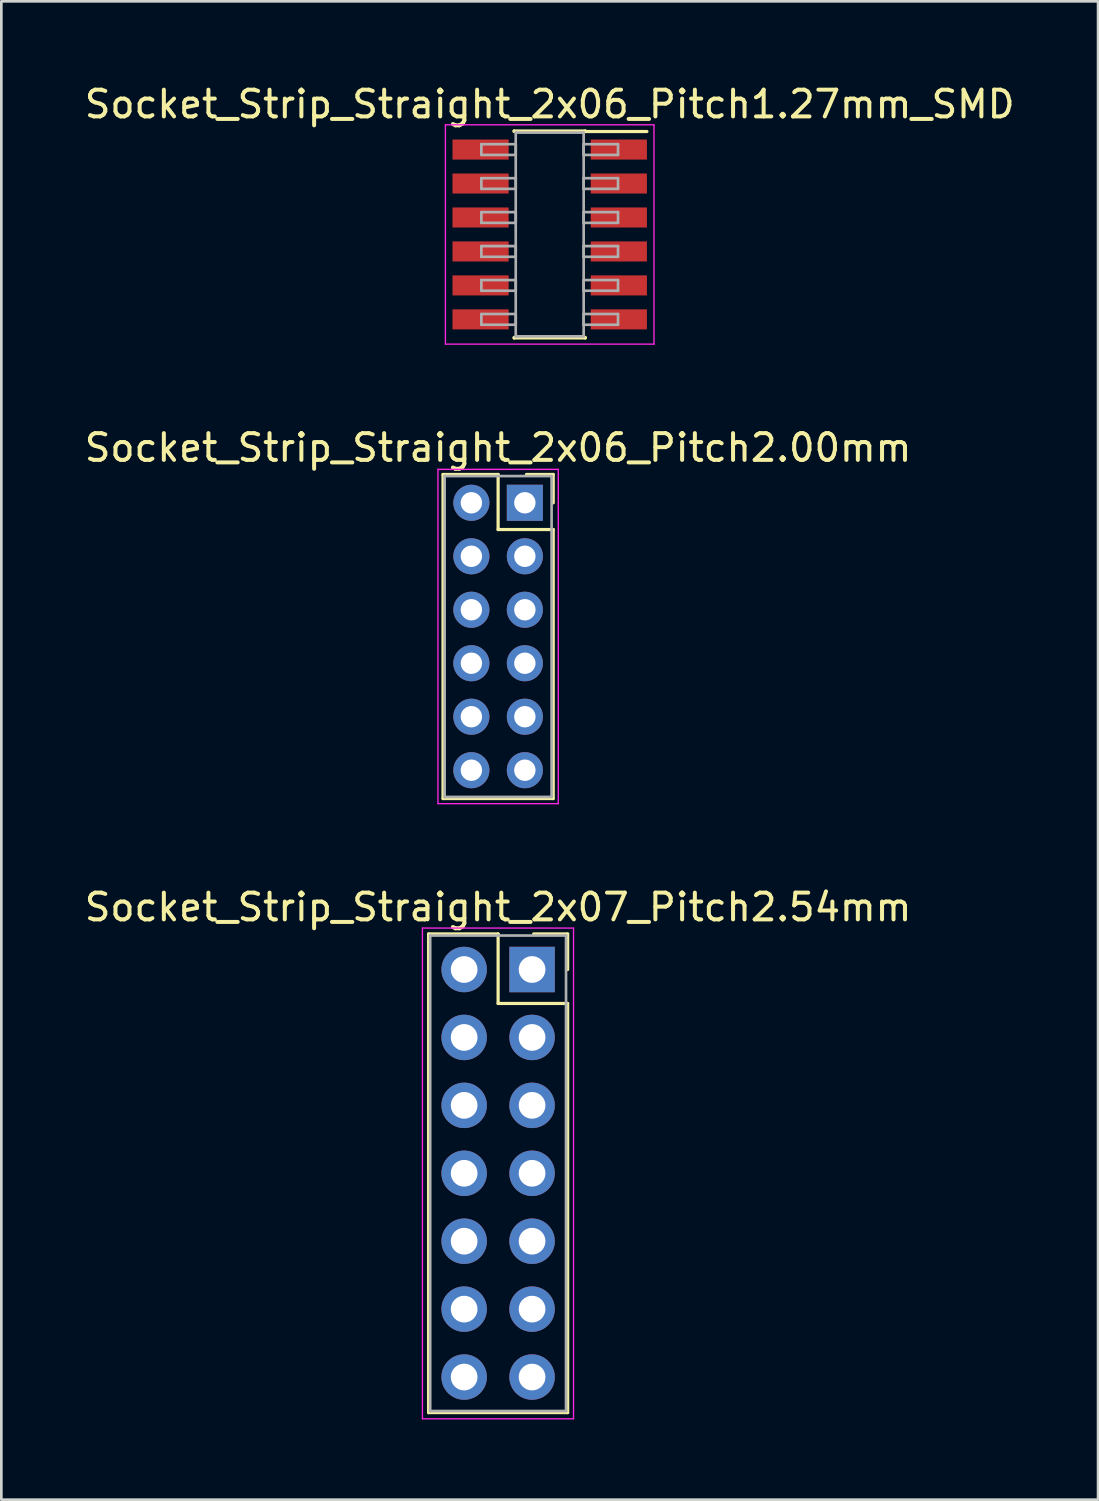
<source format=kicad_pcb>
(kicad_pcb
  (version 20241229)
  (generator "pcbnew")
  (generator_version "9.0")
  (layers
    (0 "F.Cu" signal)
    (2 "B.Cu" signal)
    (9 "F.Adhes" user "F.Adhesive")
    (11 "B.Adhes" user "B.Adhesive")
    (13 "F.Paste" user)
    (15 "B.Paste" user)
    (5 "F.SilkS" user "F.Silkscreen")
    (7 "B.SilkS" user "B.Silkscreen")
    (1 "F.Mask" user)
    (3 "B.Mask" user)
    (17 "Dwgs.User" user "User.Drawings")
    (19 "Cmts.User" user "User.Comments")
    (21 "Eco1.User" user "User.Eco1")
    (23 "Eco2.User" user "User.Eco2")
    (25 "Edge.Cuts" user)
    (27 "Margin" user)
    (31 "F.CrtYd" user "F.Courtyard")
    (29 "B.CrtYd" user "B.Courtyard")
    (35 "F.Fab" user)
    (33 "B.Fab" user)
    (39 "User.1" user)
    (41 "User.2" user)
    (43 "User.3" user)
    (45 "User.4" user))
  (footprint "Socket_Strip_Straight_2x06_Pitch1.27mm_SMD"
    (layer "F.Cu")
    (at 17.506 5.718)
    (property "Reference" "Socket_Strip_Straight_2x06_Pitch1.27mm_SMD" (at 0 -4.87 0) (layer "F.SilkS") (effects (font (size 1 1) (thickness 0.15))))
    (attr smd)
    (fp_line (start -1.33 -3.87) (end 1.33 -3.87) (stroke (width 0.12) (type solid)) (layer "F.SilkS"))
    (fp_line (start -1.33 -3.85) (end -1.33 -3.87) (stroke (width 0.12) (type solid)) (layer "F.SilkS"))
    (fp_line (start -1.33 3.85) (end -1.33 3.87) (stroke (width 0.12) (type solid)) (layer "F.SilkS"))
    (fp_line (start -1.33 3.87) (end 1.33 3.87) (stroke (width 0.12) (type solid)) (layer "F.SilkS"))
    (fp_line (start 1.33 -3.87) (end 1.33 -3.85) (stroke (width 0.12) (type solid)) (layer "F.SilkS"))
    (fp_line (start 1.33 3.87) (end 1.33 3.85) (stroke (width 0.12) (type solid)) (layer "F.SilkS"))
    (fp_line (start 3.635 -3.85) (end 1.33 -3.85) (stroke (width 0.12) (type solid)) (layer "F.SilkS"))
    (fp_line (start -3.9 -4.1) (end -3.9 4.1) (stroke (width 0.05) (type solid)) (layer "F.CrtYd"))
    (fp_line (start -3.9 4.1) (end 3.9 4.1) (stroke (width 0.05) (type solid)) (layer "F.CrtYd"))
    (fp_line (start 3.9 -4.1) (end -3.9 -4.1) (stroke (width 0.05) (type solid)) (layer "F.CrtYd"))
    (fp_line (start 3.9 4.1) (end 3.9 -4.1) (stroke (width 0.05) (type solid)) (layer "F.CrtYd"))
    (fp_line (start -2.555 -3.375) (end -1.27 -3.375) (stroke (width 0.1) (type solid)) (layer "F.Fab"))
    (fp_line (start -2.555 -2.975) (end -2.555 -3.375) (stroke (width 0.1) (type solid)) (layer "F.Fab"))
    (fp_line (start -2.555 -2.105) (end -1.27 -2.105) (stroke (width 0.1) (type solid)) (layer "F.Fab"))
    (fp_line (start -2.555 -1.705) (end -2.555 -2.105) (stroke (width 0.1) (type solid)) (layer "F.Fab"))
    (fp_line (start -2.555 -0.835) (end -1.27 -0.835) (stroke (width 0.1) (type solid)) (layer "F.Fab"))
    (fp_line (start -2.555 -0.435) (end -2.555 -0.835) (stroke (width 0.1) (type solid)) (layer "F.Fab"))
    (fp_line (start -2.555 0.435) (end -1.27 0.435) (stroke (width 0.1) (type solid)) (layer "F.Fab"))
    (fp_line (start -2.555 0.835) (end -2.555 0.435) (stroke (width 0.1) (type solid)) (layer "F.Fab"))
    (fp_line (start -2.555 1.705) (end -1.27 1.705) (stroke (width 0.1) (type solid)) (layer "F.Fab"))
    (fp_line (start -2.555 2.105) (end -2.555 1.705) (stroke (width 0.1) (type solid)) (layer "F.Fab"))
    (fp_line (start -2.555 2.975) (end -1.27 2.975) (stroke (width 0.1) (type solid)) (layer "F.Fab"))
    (fp_line (start -2.555 3.375) (end -2.555 2.975) (stroke (width 0.1) (type solid)) (layer "F.Fab"))
    (fp_line (start -1.27 -3.81) (end -1.27 3.81) (stroke (width 0.1) (type solid)) (layer "F.Fab"))
    (fp_line (start -1.27 -3.375) (end -1.27 -2.975) (stroke (width 0.1) (type solid)) (layer "F.Fab"))
    (fp_line (start -1.27 -2.975) (end -2.555 -2.975) (stroke (width 0.1) (type solid)) (layer "F.Fab"))
    (fp_line (start -1.27 -2.105) (end -1.27 -1.705) (stroke (width 0.1) (type solid)) (layer "F.Fab"))
    (fp_line (start -1.27 -1.705) (end -2.555 -1.705) (stroke (width 0.1) (type solid)) (layer "F.Fab"))
    (fp_line (start -1.27 -0.835) (end -1.27 -0.435) (stroke (width 0.1) (type solid)) (layer "F.Fab"))
    (fp_line (start -1.27 -0.435) (end -2.555 -0.435) (stroke (width 0.1) (type solid)) (layer "F.Fab"))
    (fp_line (start -1.27 0.435) (end -1.27 0.835) (stroke (width 0.1) (type solid)) (layer "F.Fab"))
    (fp_line (start -1.27 0.835) (end -2.555 0.835) (stroke (width 0.1) (type solid)) (layer "F.Fab"))
    (fp_line (start -1.27 1.705) (end -1.27 2.105) (stroke (width 0.1) (type solid)) (layer "F.Fab"))
    (fp_line (start -1.27 2.105) (end -2.555 2.105) (stroke (width 0.1) (type solid)) (layer "F.Fab"))
    (fp_line (start -1.27 2.975) (end -1.27 3.375) (stroke (width 0.1) (type solid)) (layer "F.Fab"))
    (fp_line (start -1.27 3.375) (end -2.555 3.375) (stroke (width 0.1) (type solid)) (layer "F.Fab"))
    (fp_line (start -1.27 3.81) (end 1.27 3.81) (stroke (width 0.1) (type solid)) (layer "F.Fab"))
    (fp_line (start 1.27 -3.81) (end -1.27 -3.81) (stroke (width 0.1) (type solid)) (layer "F.Fab"))
    (fp_line (start 1.27 -3.375) (end 1.27 -2.975) (stroke (width 0.1) (type solid)) (layer "F.Fab"))
    (fp_line (start 1.27 -2.975) (end 2.555 -2.975) (stroke (width 0.1) (type solid)) (layer "F.Fab"))
    (fp_line (start 1.27 -2.105) (end 1.27 -1.705) (stroke (width 0.1) (type solid)) (layer "F.Fab"))
    (fp_line (start 1.27 -1.705) (end 2.555 -1.705) (stroke (width 0.1) (type solid)) (layer "F.Fab"))
    (fp_line (start 1.27 -0.835) (end 1.27 -0.435) (stroke (width 0.1) (type solid)) (layer "F.Fab"))
    (fp_line (start 1.27 -0.435) (end 2.555 -0.435) (stroke (width 0.1) (type solid)) (layer "F.Fab"))
    (fp_line (start 1.27 0.435) (end 1.27 0.835) (stroke (width 0.1) (type solid)) (layer "F.Fab"))
    (fp_line (start 1.27 0.835) (end 2.555 0.835) (stroke (width 0.1) (type solid)) (layer "F.Fab"))
    (fp_line (start 1.27 1.705) (end 1.27 2.105) (stroke (width 0.1) (type solid)) (layer "F.Fab"))
    (fp_line (start 1.27 2.105) (end 2.555 2.105) (stroke (width 0.1) (type solid)) (layer "F.Fab"))
    (fp_line (start 1.27 2.975) (end 1.27 3.375) (stroke (width 0.1) (type solid)) (layer "F.Fab"))
    (fp_line (start 1.27 3.375) (end 2.555 3.375) (stroke (width 0.1) (type solid)) (layer "F.Fab"))
    (fp_line (start 1.27 3.81) (end 1.27 -3.81) (stroke (width 0.1) (type solid)) (layer "F.Fab"))
    (fp_line (start 2.555 -3.375) (end 1.27 -3.375) (stroke (width 0.1) (type solid)) (layer "F.Fab"))
    (fp_line (start 2.555 -2.975) (end 2.555 -3.375) (stroke (width 0.1) (type solid)) (layer "F.Fab"))
    (fp_line (start 2.555 -2.105) (end 1.27 -2.105) (stroke (width 0.1) (type solid)) (layer "F.Fab"))
    (fp_line (start 2.555 -1.705) (end 2.555 -2.105) (stroke (width 0.1) (type solid)) (layer "F.Fab"))
    (fp_line (start 2.555 -0.835) (end 1.27 -0.835) (stroke (width 0.1) (type solid)) (layer "F.Fab"))
    (fp_line (start 2.555 -0.435) (end 2.555 -0.835) (stroke (width 0.1) (type solid)) (layer "F.Fab"))
    (fp_line (start 2.555 0.435) (end 1.27 0.435) (stroke (width 0.1) (type solid)) (layer "F.Fab"))
    (fp_line (start 2.555 0.835) (end 2.555 0.435) (stroke (width 0.1) (type solid)) (layer "F.Fab"))
    (fp_line (start 2.555 1.705) (end 1.27 1.705) (stroke (width 0.1) (type solid)) (layer "F.Fab"))
    (fp_line (start 2.555 2.105) (end 2.555 1.705) (stroke (width 0.1) (type solid)) (layer "F.Fab"))
    (fp_line (start 2.555 2.975) (end 1.27 2.975) (stroke (width 0.1) (type solid)) (layer "F.Fab"))
    (fp_line (start 2.555 3.375) (end 2.555 2.975) (stroke (width 0.1) (type solid)) (layer "F.Fab"))
    (pad "1" smd rect (at 2.585 -3.175) (size 2.1 0.75) (layers "F.Cu" "F.Mask"))
    (pad "2" smd rect (at -2.585 -3.175) (size 2.1 0.75) (layers "F.Cu" "F.Mask"))
    (pad "3" smd rect (at 2.585 -1.905) (size 2.1 0.75) (layers "F.Cu" "F.Mask"))
    (pad "4" smd rect (at -2.585 -1.905) (size 2.1 0.75) (layers "F.Cu" "F.Mask"))
    (pad "5" smd rect (at 2.585 -0.635) (size 2.1 0.75) (layers "F.Cu" "F.Mask"))
    (pad "6" smd rect (at -2.585 -0.635) (size 2.1 0.75) (layers "F.Cu" "F.Mask"))
    (pad "7" smd rect (at 2.585 0.635) (size 2.1 0.75) (layers "F.Cu" "F.Mask"))
    (pad "8" smd rect (at -2.585 0.635) (size 2.1 0.75) (layers "F.Cu" "F.Mask"))
    (pad "9" smd rect (at 2.585 1.905) (size 2.1 0.75) (layers "F.Cu" "F.Mask"))
    (pad "10" smd rect (at -2.585 1.905) (size 2.1 0.75) (layers "F.Cu" "F.Mask"))
    (pad "11" smd rect (at 2.585 3.175) (size 2.1 0.75) (layers "F.Cu" "F.Mask"))
    (pad "12" smd rect (at -2.585 3.175) (size 2.1 0.75) (layers "F.Cu" "F.Mask")))
  (footprint "Socket_Strip_Straight_2x06_Pitch2.00mm"
    (layer "F.Cu")
    (at 16.577 15.752)
    (property "Reference" "Socket_Strip_Straight_2x06_Pitch2.00mm" (at -1 -2.06 0) (layer "F.SilkS") (effects (font (size 1 1) (thickness 0.15))))
    (attr through_hole)
    (fp_line (start -3.06 -1.06) (end -1 -1.06) (stroke (width 0.12) (type solid)) (layer "F.SilkS"))
    (fp_line (start -3.06 11.06) (end -3.06 -1.06) (stroke (width 0.12) (type solid)) (layer "F.SilkS"))
    (fp_line (start -1 -1.06) (end -1 1) (stroke (width 0.12) (type solid)) (layer "F.SilkS"))
    (fp_line (start -1 1) (end 1.06 1) (stroke (width 0.12) (type solid)) (layer "F.SilkS"))
    (fp_line (start 1.06 -1.06) (end 0.06 -1.06) (stroke (width 0.12) (type solid)) (layer "F.SilkS"))
    (fp_line (start 1.06 0) (end 1.06 -1.06) (stroke (width 0.12) (type solid)) (layer "F.SilkS"))
    (fp_line (start 1.06 1) (end 1.06 11.06) (stroke (width 0.12) (type solid)) (layer "F.SilkS"))
    (fp_line (start 1.06 11.06) (end -3.06 11.06) (stroke (width 0.12) (type solid)) (layer "F.SilkS"))
    (fp_line (start -3.25 -1.25) (end -3.25 11.25) (stroke (width 0.05) (type solid)) (layer "F.CrtYd"))
    (fp_line (start -3.25 11.25) (end 1.25 11.25) (stroke (width 0.05) (type solid)) (layer "F.CrtYd"))
    (fp_line (start 1.25 -1.25) (end -3.25 -1.25) (stroke (width 0.05) (type solid)) (layer "F.CrtYd"))
    (fp_line (start 1.25 11.25) (end 1.25 -1.25) (stroke (width 0.05) (type solid)) (layer "F.CrtYd"))
    (fp_line (start -3 -1) (end -3 11) (stroke (width 0.1) (type solid)) (layer "F.Fab"))
    (fp_line (start -3 11) (end 1 11) (stroke (width 0.1) (type solid)) (layer "F.Fab"))
    (fp_line (start 1 -1) (end -3 -1) (stroke (width 0.1) (type solid)) (layer "F.Fab"))
    (fp_line (start 1 11) (end 1 -1) (stroke (width 0.1) (type solid)) (layer "F.Fab"))
    (pad "1" thru_hole rect (at 0 0) (size 1.35 1.35) (drill 0.8) (layers "*.Cu" "*.Mask"))
    (pad "2" thru_hole oval (at -2 0) (size 1.35 1.35) (drill 0.8) (layers "*.Cu" "*.Mask"))
    (pad "3" thru_hole oval (at 0 2) (size 1.35 1.35) (drill 0.8) (layers "*.Cu" "*.Mask"))
    (pad "4" thru_hole oval (at -2 2) (size 1.35 1.35) (drill 0.8) (layers "*.Cu" "*.Mask"))
    (pad "5" thru_hole oval (at 0 4) (size 1.35 1.35) (drill 0.8) (layers "*.Cu" "*.Mask"))
    (pad "6" thru_hole oval (at -2 4) (size 1.35 1.35) (drill 0.8) (layers "*.Cu" "*.Mask"))
    (pad "7" thru_hole oval (at 0 6) (size 1.35 1.35) (drill 0.8) (layers "*.Cu" "*.Mask"))
    (pad "8" thru_hole oval (at -2 6) (size 1.35 1.35) (drill 0.8) (layers "*.Cu" "*.Mask"))
    (pad "9" thru_hole oval (at 0 8) (size 1.35 1.35) (drill 0.8) (layers "*.Cu" "*.Mask"))
    (pad "10" thru_hole oval (at -2 8) (size 1.35 1.35) (drill 0.8) (layers "*.Cu" "*.Mask"))
    (pad "11" thru_hole oval (at 0 10) (size 1.35 1.35) (drill 0.8) (layers "*.Cu" "*.Mask"))
    (pad "12" thru_hole oval (at -2 10) (size 1.35 1.35) (drill 0.8) (layers "*.Cu" "*.Mask")))
  (footprint "Socket_Strip_Straight_2x07_Pitch2.54mm"
    (layer "F.Cu")
    (at 16.847 33.205)
    (property "Reference" "Socket_Strip_Straight_2x07_Pitch2.54mm" (at -1.27 -2.33 0) (layer "F.SilkS") (effects (font (size 1 1) (thickness 0.15))))
    (attr through_hole)
    (fp_line (start -3.87 -1.33) (end -1.27 -1.33) (stroke (width 0.12) (type solid)) (layer "F.SilkS"))
    (fp_line (start -3.87 16.57) (end -3.87 -1.33) (stroke (width 0.12) (type solid)) (layer "F.SilkS"))
    (fp_line (start -1.27 -1.33) (end -1.27 1.27) (stroke (width 0.12) (type solid)) (layer "F.SilkS"))
    (fp_line (start -1.27 1.27) (end 1.33 1.27) (stroke (width 0.12) (type solid)) (layer "F.SilkS"))
    (fp_line (start 1.33 -1.33) (end 0.06 -1.33) (stroke (width 0.12) (type solid)) (layer "F.SilkS"))
    (fp_line (start 1.33 0) (end 1.33 -1.33) (stroke (width 0.12) (type solid)) (layer "F.SilkS"))
    (fp_line (start 1.33 1.27) (end 1.33 16.57) (stroke (width 0.12) (type solid)) (layer "F.SilkS"))
    (fp_line (start 1.33 16.57) (end -3.87 16.57) (stroke (width 0.12) (type solid)) (layer "F.SilkS"))
    (fp_line (start -4.1 -1.55) (end -4.1 16.8) (stroke (width 0.05) (type solid)) (layer "F.CrtYd"))
    (fp_line (start -4.1 16.8) (end 1.55 16.8) (stroke (width 0.05) (type solid)) (layer "F.CrtYd"))
    (fp_line (start 1.55 -1.55) (end -4.1 -1.55) (stroke (width 0.05) (type solid)) (layer "F.CrtYd"))
    (fp_line (start 1.55 16.8) (end 1.55 -1.55) (stroke (width 0.05) (type solid)) (layer "F.CrtYd"))
    (fp_line (start -3.81 -1.27) (end -3.81 16.51) (stroke (width 0.1) (type solid)) (layer "F.Fab"))
    (fp_line (start -3.81 16.51) (end 1.27 16.51) (stroke (width 0.1) (type solid)) (layer "F.Fab"))
    (fp_line (start 1.27 -1.27) (end -3.81 -1.27) (stroke (width 0.1) (type solid)) (layer "F.Fab"))
    (fp_line (start 1.27 16.51) (end 1.27 -1.27) (stroke (width 0.1) (type solid)) (layer "F.Fab"))
    (pad "1" thru_hole rect (at 0 0) (size 1.7 1.7) (drill 1) (layers "*.Cu" "*.Mask"))
    (pad "2" thru_hole oval (at -2.54 0) (size 1.7 1.7) (drill 1) (layers "*.Cu" "*.Mask"))
    (pad "3" thru_hole oval (at 0 2.54) (size 1.7 1.7) (drill 1) (layers "*.Cu" "*.Mask"))
    (pad "4" thru_hole oval (at -2.54 2.54) (size 1.7 1.7) (drill 1) (layers "*.Cu" "*.Mask"))
    (pad "5" thru_hole oval (at 0 5.08) (size 1.7 1.7) (drill 1) (layers "*.Cu" "*.Mask"))
    (pad "6" thru_hole oval (at -2.54 5.08) (size 1.7 1.7) (drill 1) (layers "*.Cu" "*.Mask"))
    (pad "7" thru_hole oval (at 0 7.62) (size 1.7 1.7) (drill 1) (layers "*.Cu" "*.Mask"))
    (pad "8" thru_hole oval (at -2.54 7.62) (size 1.7 1.7) (drill 1) (layers "*.Cu" "*.Mask"))
    (pad "9" thru_hole oval (at 0 10.16) (size 1.7 1.7) (drill 1) (layers "*.Cu" "*.Mask"))
    (pad "10" thru_hole oval (at -2.54 10.16) (size 1.7 1.7) (drill 1) (layers "*.Cu" "*.Mask"))
    (pad "11" thru_hole oval (at 0 12.7) (size 1.7 1.7) (drill 1) (layers "*.Cu" "*.Mask"))
    (pad "12" thru_hole oval (at -2.54 12.7) (size 1.7 1.7) (drill 1) (layers "*.Cu" "*.Mask"))
    (pad "13" thru_hole oval (at 0 15.24) (size 1.7 1.7) (drill 1) (layers "*.Cu" "*.Mask"))
    (pad "14" thru_hole oval (at -2.54 15.24) (size 1.7 1.7) (drill 1) (layers "*.Cu" "*.Mask")))
  (gr_rect
    (start -3 -3)
    (end 38.012 53.03)
    (stroke (width 0.1) (type default))
    (fill no)
    (layer "Edge.Cuts")))
</source>
